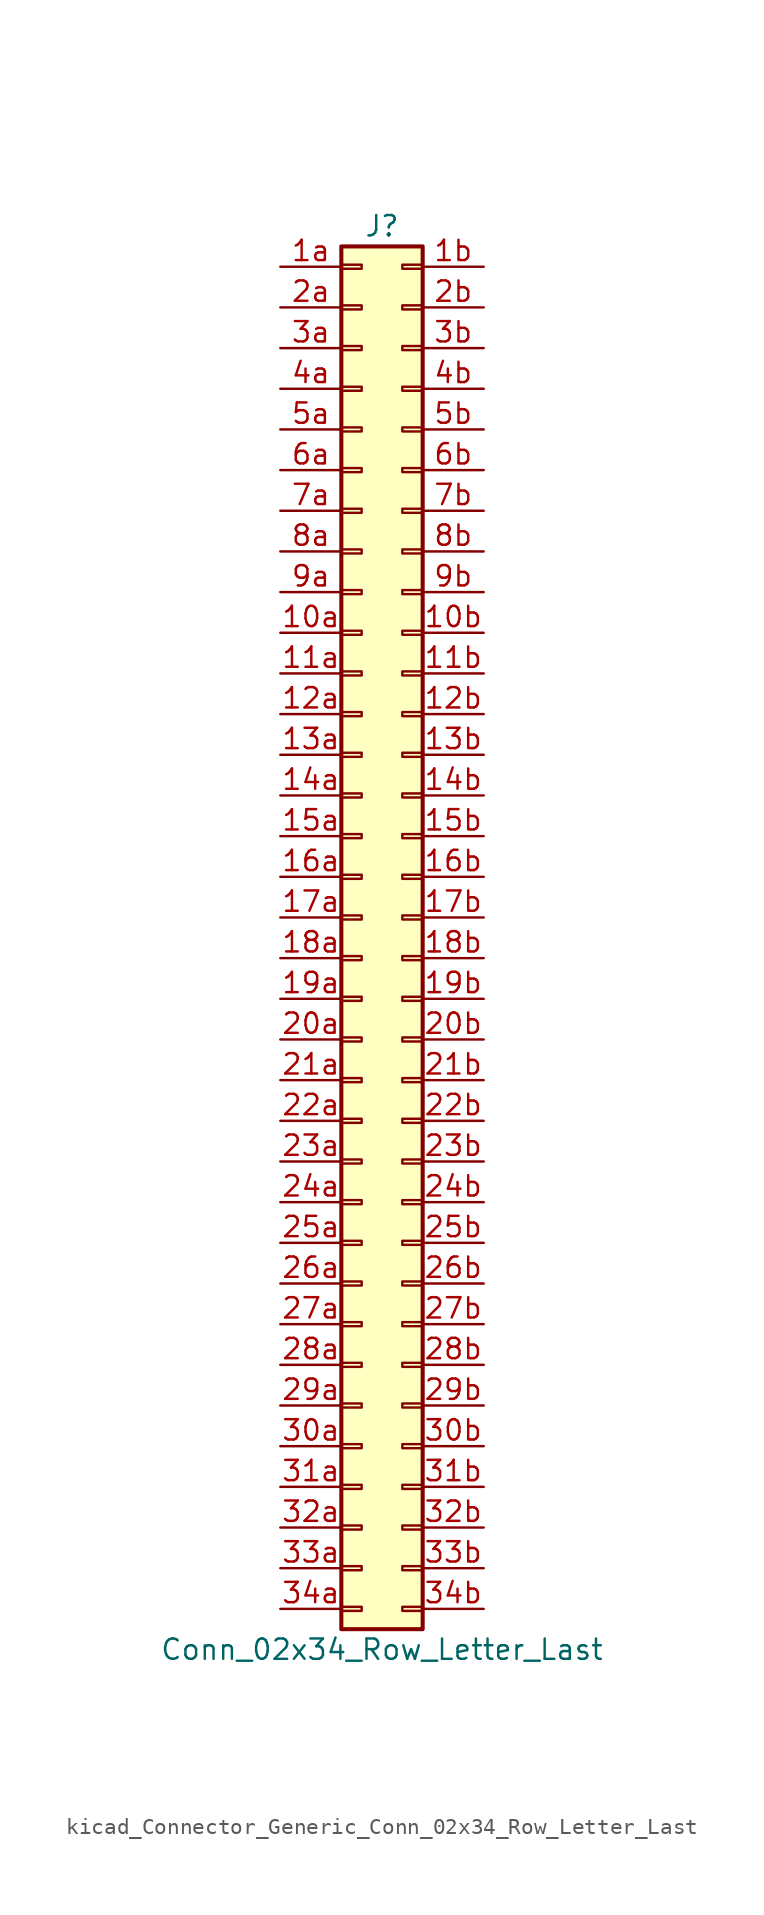
<source format=kicad_sym>
(kicad_symbol_lib
  (version 20220914)
  (generator kicad_symbol_editor)
  (symbol "kicad_Connector_Generic_Conn_02x34_Row_Letter_Last"
    (pin_names
      (offset 1.016) hide)
    (property "Reference" "J"
      (at 1.27 43.18 0)
      (effects (font (size 1.27 1.27))))
    (property "Value" "Conn_02x34_Row_Letter_Last"
      (at 1.27 -45.72 0)
      (effects (font (size 1.27 1.27))))
    (symbol "kicad_Connector_Generic_Conn_02x34_Row_Letter_Last_1_1"
      (rectangle (start -1.27 -43.053) (end 0 -43.307) (stroke (width 0.152) (type default)) (fill (type none)))
      (rectangle (start -1.27 -40.513) (end 0 -40.767) (stroke (width 0.152) (type default)) (fill (type none)))
      (rectangle (start -1.27 -37.973) (end 0 -38.227) (stroke (width 0.152) (type default)) (fill (type none)))
      (rectangle (start -1.27 -35.433) (end 0 -35.687) (stroke (width 0.152) (type default)) (fill (type none)))
      (rectangle (start -1.27 -32.893) (end 0 -33.147) (stroke (width 0.152) (type default)) (fill (type none)))
      (rectangle (start -1.27 -30.353) (end 0 -30.607) (stroke (width 0.152) (type default)) (fill (type none)))
      (rectangle (start -1.27 -27.813) (end 0 -28.067) (stroke (width 0.152) (type default)) (fill (type none)))
      (rectangle (start -1.27 -25.273) (end 0 -25.527) (stroke (width 0.152) (type default)) (fill (type none)))
      (rectangle (start -1.27 -22.733) (end 0 -22.987) (stroke (width 0.152) (type default)) (fill (type none)))
      (rectangle (start -1.27 -20.193) (end 0 -20.447) (stroke (width 0.152) (type default)) (fill (type none)))
      (rectangle (start -1.27 -17.653) (end 0 -17.907) (stroke (width 0.152) (type default)) (fill (type none)))
      (rectangle (start -1.27 -15.113) (end 0 -15.367) (stroke (width 0.152) (type default)) (fill (type none)))
      (rectangle (start -1.27 -12.573) (end 0 -12.827) (stroke (width 0.152) (type default)) (fill (type none)))
      (rectangle (start -1.27 -10.033) (end 0 -10.287) (stroke (width 0.152) (type default)) (fill (type none)))
      (rectangle (start -1.27 -7.493) (end 0 -7.747) (stroke (width 0.152) (type default)) (fill (type none)))
      (rectangle (start -1.27 -4.953) (end 0 -5.207) (stroke (width 0.152) (type default)) (fill (type none)))
      (rectangle (start -1.27 -2.413) (end 0 -2.667) (stroke (width 0.152) (type default)) (fill (type none)))
      (rectangle (start -1.27 0.127) (end 0 -0.127) (stroke (width 0.152) (type default)) (fill (type none)))
      (rectangle (start -1.27 2.667) (end 0 2.413) (stroke (width 0.152) (type default)) (fill (type none)))
      (rectangle (start -1.27 5.207) (end 0 4.953) (stroke (width 0.152) (type default)) (fill (type none)))
      (rectangle (start -1.27 7.747) (end 0 7.493) (stroke (width 0.152) (type default)) (fill (type none)))
      (rectangle (start -1.27 10.287) (end 0 10.033) (stroke (width 0.152) (type default)) (fill (type none)))
      (rectangle (start -1.27 12.827) (end 0 12.573) (stroke (width 0.152) (type default)) (fill (type none)))
      (rectangle (start -1.27 15.367) (end 0 15.113) (stroke (width 0.152) (type default)) (fill (type none)))
      (rectangle (start -1.27 17.907) (end 0 17.653) (stroke (width 0.152) (type default)) (fill (type none)))
      (rectangle (start -1.27 20.447) (end 0 20.193) (stroke (width 0.152) (type default)) (fill (type none)))
      (rectangle (start -1.27 22.987) (end 0 22.733) (stroke (width 0.152) (type default)) (fill (type none)))
      (rectangle (start -1.27 25.527) (end 0 25.273) (stroke (width 0.152) (type default)) (fill (type none)))
      (rectangle (start -1.27 28.067) (end 0 27.813) (stroke (width 0.152) (type default)) (fill (type none)))
      (rectangle (start -1.27 30.607) (end 0 30.353) (stroke (width 0.152) (type default)) (fill (type none)))
      (rectangle (start -1.27 33.147) (end 0 32.893) (stroke (width 0.152) (type default)) (fill (type none)))
      (rectangle (start -1.27 35.687) (end 0 35.433) (stroke (width 0.152) (type default)) (fill (type none)))
      (rectangle (start -1.27 38.227) (end 0 37.973) (stroke (width 0.152) (type default)) (fill (type none)))
      (rectangle (start -1.27 40.767) (end 0 40.513) (stroke (width 0.152) (type default)) (fill (type none)))
      (rectangle (start -1.27 41.91) (end 3.81 -44.45) (stroke (width 0.254) (type default)) (fill (type background)))
      (rectangle (start 3.81 -43.053) (end 2.54 -43.307) (stroke (width 0.152) (type default)) (fill (type none)))
      (rectangle (start 3.81 -40.513) (end 2.54 -40.767) (stroke (width 0.152) (type default)) (fill (type none)))
      (rectangle (start 3.81 -37.973) (end 2.54 -38.227) (stroke (width 0.152) (type default)) (fill (type none)))
      (rectangle (start 3.81 -35.433) (end 2.54 -35.687) (stroke (width 0.152) (type default)) (fill (type none)))
      (rectangle (start 3.81 -32.893) (end 2.54 -33.147) (stroke (width 0.152) (type default)) (fill (type none)))
      (rectangle (start 3.81 -30.353) (end 2.54 -30.607) (stroke (width 0.152) (type default)) (fill (type none)))
      (rectangle (start 3.81 -27.813) (end 2.54 -28.067) (stroke (width 0.152) (type default)) (fill (type none)))
      (rectangle (start 3.81 -25.273) (end 2.54 -25.527) (stroke (width 0.152) (type default)) (fill (type none)))
      (rectangle (start 3.81 -22.733) (end 2.54 -22.987) (stroke (width 0.152) (type default)) (fill (type none)))
      (rectangle (start 3.81 -20.193) (end 2.54 -20.447) (stroke (width 0.152) (type default)) (fill (type none)))
      (rectangle (start 3.81 -17.653) (end 2.54 -17.907) (stroke (width 0.152) (type default)) (fill (type none)))
      (rectangle (start 3.81 -15.113) (end 2.54 -15.367) (stroke (width 0.152) (type default)) (fill (type none)))
      (rectangle (start 3.81 -12.573) (end 2.54 -12.827) (stroke (width 0.152) (type default)) (fill (type none)))
      (rectangle (start 3.81 -10.033) (end 2.54 -10.287) (stroke (width 0.152) (type default)) (fill (type none)))
      (rectangle (start 3.81 -7.493) (end 2.54 -7.747) (stroke (width 0.152) (type default)) (fill (type none)))
      (rectangle (start 3.81 -4.953) (end 2.54 -5.207) (stroke (width 0.152) (type default)) (fill (type none)))
      (rectangle (start 3.81 -2.413) (end 2.54 -2.667) (stroke (width 0.152) (type default)) (fill (type none)))
      (rectangle (start 3.81 0.127) (end 2.54 -0.127) (stroke (width 0.152) (type default)) (fill (type none)))
      (rectangle (start 3.81 2.667) (end 2.54 2.413) (stroke (width 0.152) (type default)) (fill (type none)))
      (rectangle (start 3.81 5.207) (end 2.54 4.953) (stroke (width 0.152) (type default)) (fill (type none)))
      (rectangle (start 3.81 7.747) (end 2.54 7.493) (stroke (width 0.152) (type default)) (fill (type none)))
      (rectangle (start 3.81 10.287) (end 2.54 10.033) (stroke (width 0.152) (type default)) (fill (type none)))
      (rectangle (start 3.81 12.827) (end 2.54 12.573) (stroke (width 0.152) (type default)) (fill (type none)))
      (rectangle (start 3.81 15.367) (end 2.54 15.113) (stroke (width 0.152) (type default)) (fill (type none)))
      (rectangle (start 3.81 17.907) (end 2.54 17.653) (stroke (width 0.152) (type default)) (fill (type none)))
      (rectangle (start 3.81 20.447) (end 2.54 20.193) (stroke (width 0.152) (type default)) (fill (type none)))
      (rectangle (start 3.81 22.987) (end 2.54 22.733) (stroke (width 0.152) (type default)) (fill (type none)))
      (rectangle (start 3.81 25.527) (end 2.54 25.273) (stroke (width 0.152) (type default)) (fill (type none)))
      (rectangle (start 3.81 28.067) (end 2.54 27.813) (stroke (width 0.152) (type default)) (fill (type none)))
      (rectangle (start 3.81 30.607) (end 2.54 30.353) (stroke (width 0.152) (type default)) (fill (type none)))
      (rectangle (start 3.81 33.147) (end 2.54 32.893) (stroke (width 0.152) (type default)) (fill (type none)))
      (rectangle (start 3.81 35.687) (end 2.54 35.433) (stroke (width 0.152) (type default)) (fill (type none)))
      (rectangle (start 3.81 38.227) (end 2.54 37.973) (stroke (width 0.152) (type default)) (fill (type none)))
      (rectangle (start 3.81 40.767) (end 2.54 40.513) (stroke (width 0.152) (type default)) (fill (type none)))
      (pin passive line (at -5.08 17.78 0) (length 3.81) (name "Pin_10a" (effects (font (size 1.27 1.27)))) (number "10a" (effects (font (size 1.27 1.27)))))
      (pin passive line (at 7.62 17.78 180) (length 3.81) (name "Pin_10b" (effects (font (size 1.27 1.27)))) (number "10b" (effects (font (size 1.27 1.27)))))
      (pin passive line (at -5.08 15.24 0) (length 3.81) (name "Pin_11a" (effects (font (size 1.27 1.27)))) (number "11a" (effects (font (size 1.27 1.27)))))
      (pin passive line (at 7.62 15.24 180) (length 3.81) (name "Pin_11b" (effects (font (size 1.27 1.27)))) (number "11b" (effects (font (size 1.27 1.27)))))
      (pin passive line (at -5.08 12.7 0) (length 3.81) (name "Pin_12a" (effects (font (size 1.27 1.27)))) (number "12a" (effects (font (size 1.27 1.27)))))
      (pin passive line (at 7.62 12.7 180) (length 3.81) (name "Pin_12b" (effects (font (size 1.27 1.27)))) (number "12b" (effects (font (size 1.27 1.27)))))
      (pin passive line (at -5.08 10.16 0) (length 3.81) (name "Pin_13a" (effects (font (size 1.27 1.27)))) (number "13a" (effects (font (size 1.27 1.27)))))
      (pin passive line (at 7.62 10.16 180) (length 3.81) (name "Pin_13b" (effects (font (size 1.27 1.27)))) (number "13b" (effects (font (size 1.27 1.27)))))
      (pin passive line (at -5.08 7.62 0) (length 3.81) (name "Pin_14a" (effects (font (size 1.27 1.27)))) (number "14a" (effects (font (size 1.27 1.27)))))
      (pin passive line (at 7.62 7.62 180) (length 3.81) (name "Pin_14b" (effects (font (size 1.27 1.27)))) (number "14b" (effects (font (size 1.27 1.27)))))
      (pin passive line (at -5.08 5.08 0) (length 3.81) (name "Pin_15a" (effects (font (size 1.27 1.27)))) (number "15a" (effects (font (size 1.27 1.27)))))
      (pin passive line (at 7.62 5.08 180) (length 3.81) (name "Pin_15b" (effects (font (size 1.27 1.27)))) (number "15b" (effects (font (size 1.27 1.27)))))
      (pin passive line (at -5.08 2.54 0) (length 3.81) (name "Pin_16a" (effects (font (size 1.27 1.27)))) (number "16a" (effects (font (size 1.27 1.27)))))
      (pin passive line (at 7.62 2.54 180) (length 3.81) (name "Pin_16b" (effects (font (size 1.27 1.27)))) (number "16b" (effects (font (size 1.27 1.27)))))
      (pin passive line (at -5.08 0 0) (length 3.81) (name "Pin_17a" (effects (font (size 1.27 1.27)))) (number "17a" (effects (font (size 1.27 1.27)))))
      (pin passive line (at 7.62 0 180) (length 3.81) (name "Pin_17b" (effects (font (size 1.27 1.27)))) (number "17b" (effects (font (size 1.27 1.27)))))
      (pin passive line (at -5.08 -2.54 0) (length 3.81) (name "Pin_18a" (effects (font (size 1.27 1.27)))) (number "18a" (effects (font (size 1.27 1.27)))))
      (pin passive line (at 7.62 -2.54 180) (length 3.81) (name "Pin_18b" (effects (font (size 1.27 1.27)))) (number "18b" (effects (font (size 1.27 1.27)))))
      (pin passive line (at -5.08 -5.08 0) (length 3.81) (name "Pin_19a" (effects (font (size 1.27 1.27)))) (number "19a" (effects (font (size 1.27 1.27)))))
      (pin passive line (at 7.62 -5.08 180) (length 3.81) (name "Pin_19b" (effects (font (size 1.27 1.27)))) (number "19b" (effects (font (size 1.27 1.27)))))
      (pin passive line (at -5.08 40.64 0) (length 3.81) (name "Pin_1a" (effects (font (size 1.27 1.27)))) (number "1a" (effects (font (size 1.27 1.27)))))
      (pin passive line (at 7.62 40.64 180) (length 3.81) (name "Pin_1b" (effects (font (size 1.27 1.27)))) (number "1b" (effects (font (size 1.27 1.27)))))
      (pin passive line (at -5.08 -7.62 0) (length 3.81) (name "Pin_20a" (effects (font (size 1.27 1.27)))) (number "20a" (effects (font (size 1.27 1.27)))))
      (pin passive line (at 7.62 -7.62 180) (length 3.81) (name "Pin_20b" (effects (font (size 1.27 1.27)))) (number "20b" (effects (font (size 1.27 1.27)))))
      (pin passive line (at -5.08 -10.16 0) (length 3.81) (name "Pin_21a" (effects (font (size 1.27 1.27)))) (number "21a" (effects (font (size 1.27 1.27)))))
      (pin passive line (at 7.62 -10.16 180) (length 3.81) (name "Pin_21b" (effects (font (size 1.27 1.27)))) (number "21b" (effects (font (size 1.27 1.27)))))
      (pin passive line (at -5.08 -12.7 0) (length 3.81) (name "Pin_22a" (effects (font (size 1.27 1.27)))) (number "22a" (effects (font (size 1.27 1.27)))))
      (pin passive line (at 7.62 -12.7 180) (length 3.81) (name "Pin_22b" (effects (font (size 1.27 1.27)))) (number "22b" (effects (font (size 1.27 1.27)))))
      (pin passive line (at -5.08 -15.24 0) (length 3.81) (name "Pin_23a" (effects (font (size 1.27 1.27)))) (number "23a" (effects (font (size 1.27 1.27)))))
      (pin passive line (at 7.62 -15.24 180) (length 3.81) (name "Pin_23b" (effects (font (size 1.27 1.27)))) (number "23b" (effects (font (size 1.27 1.27)))))
      (pin passive line (at -5.08 -17.78 0) (length 3.81) (name "Pin_24a" (effects (font (size 1.27 1.27)))) (number "24a" (effects (font (size 1.27 1.27)))))
      (pin passive line (at 7.62 -17.78 180) (length 3.81) (name "Pin_24b" (effects (font (size 1.27 1.27)))) (number "24b" (effects (font (size 1.27 1.27)))))
      (pin passive line (at -5.08 -20.32 0) (length 3.81) (name "Pin_25a" (effects (font (size 1.27 1.27)))) (number "25a" (effects (font (size 1.27 1.27)))))
      (pin passive line (at 7.62 -20.32 180) (length 3.81) (name "Pin_25b" (effects (font (size 1.27 1.27)))) (number "25b" (effects (font (size 1.27 1.27)))))
      (pin passive line (at -5.08 -22.86 0) (length 3.81) (name "Pin_26a" (effects (font (size 1.27 1.27)))) (number "26a" (effects (font (size 1.27 1.27)))))
      (pin passive line (at 7.62 -22.86 180) (length 3.81) (name "Pin_26b" (effects (font (size 1.27 1.27)))) (number "26b" (effects (font (size 1.27 1.27)))))
      (pin passive line (at -5.08 -25.4 0) (length 3.81) (name "Pin_27a" (effects (font (size 1.27 1.27)))) (number "27a" (effects (font (size 1.27 1.27)))))
      (pin passive line (at 7.62 -25.4 180) (length 3.81) (name "Pin_27b" (effects (font (size 1.27 1.27)))) (number "27b" (effects (font (size 1.27 1.27)))))
      (pin passive line (at -5.08 -27.94 0) (length 3.81) (name "Pin_28a" (effects (font (size 1.27 1.27)))) (number "28a" (effects (font (size 1.27 1.27)))))
      (pin passive line (at 7.62 -27.94 180) (length 3.81) (name "Pin_28b" (effects (font (size 1.27 1.27)))) (number "28b" (effects (font (size 1.27 1.27)))))
      (pin passive line (at -5.08 -30.48 0) (length 3.81) (name "Pin_29a" (effects (font (size 1.27 1.27)))) (number "29a" (effects (font (size 1.27 1.27)))))
      (pin passive line (at 7.62 -30.48 180) (length 3.81) (name "Pin_29b" (effects (font (size 1.27 1.27)))) (number "29b" (effects (font (size 1.27 1.27)))))
      (pin passive line (at -5.08 38.1 0) (length 3.81) (name "Pin_2a" (effects (font (size 1.27 1.27)))) (number "2a" (effects (font (size 1.27 1.27)))))
      (pin passive line (at 7.62 38.1 180) (length 3.81) (name "Pin_2b" (effects (font (size 1.27 1.27)))) (number "2b" (effects (font (size 1.27 1.27)))))
      (pin passive line (at -5.08 -33.02 0) (length 3.81) (name "Pin_30a" (effects (font (size 1.27 1.27)))) (number "30a" (effects (font (size 1.27 1.27)))))
      (pin passive line (at 7.62 -33.02 180) (length 3.81) (name "Pin_30b" (effects (font (size 1.27 1.27)))) (number "30b" (effects (font (size 1.27 1.27)))))
      (pin passive line (at -5.08 -35.56 0) (length 3.81) (name "Pin_31a" (effects (font (size 1.27 1.27)))) (number "31a" (effects (font (size 1.27 1.27)))))
      (pin passive line (at 7.62 -35.56 180) (length 3.81) (name "Pin_31b" (effects (font (size 1.27 1.27)))) (number "31b" (effects (font (size 1.27 1.27)))))
      (pin passive line (at -5.08 -38.1 0) (length 3.81) (name "Pin_32a" (effects (font (size 1.27 1.27)))) (number "32a" (effects (font (size 1.27 1.27)))))
      (pin passive line (at 7.62 -38.1 180) (length 3.81) (name "Pin_32b" (effects (font (size 1.27 1.27)))) (number "32b" (effects (font (size 1.27 1.27)))))
      (pin passive line (at -5.08 -40.64 0) (length 3.81) (name "Pin_33a" (effects (font (size 1.27 1.27)))) (number "33a" (effects (font (size 1.27 1.27)))))
      (pin passive line (at 7.62 -40.64 180) (length 3.81) (name "Pin_33b" (effects (font (size 1.27 1.27)))) (number "33b" (effects (font (size 1.27 1.27)))))
      (pin passive line (at -5.08 -43.18 0) (length 3.81) (name "Pin_34a" (effects (font (size 1.27 1.27)))) (number "34a" (effects (font (size 1.27 1.27)))))
      (pin passive line (at 7.62 -43.18 180) (length 3.81) (name "Pin_34b" (effects (font (size 1.27 1.27)))) (number "34b" (effects (font (size 1.27 1.27)))))
      (pin passive line (at -5.08 35.56 0) (length 3.81) (name "Pin_3a" (effects (font (size 1.27 1.27)))) (number "3a" (effects (font (size 1.27 1.27)))))
      (pin passive line (at 7.62 35.56 180) (length 3.81) (name "Pin_3b" (effects (font (size 1.27 1.27)))) (number "3b" (effects (font (size 1.27 1.27)))))
      (pin passive line (at -5.08 33.02 0) (length 3.81) (name "Pin_4a" (effects (font (size 1.27 1.27)))) (number "4a" (effects (font (size 1.27 1.27)))))
      (pin passive line (at 7.62 33.02 180) (length 3.81) (name "Pin_4b" (effects (font (size 1.27 1.27)))) (number "4b" (effects (font (size 1.27 1.27)))))
      (pin passive line (at -5.08 30.48 0) (length 3.81) (name "Pin_5a" (effects (font (size 1.27 1.27)))) (number "5a" (effects (font (size 1.27 1.27)))))
      (pin passive line (at 7.62 30.48 180) (length 3.81) (name "Pin_5b" (effects (font (size 1.27 1.27)))) (number "5b" (effects (font (size 1.27 1.27)))))
      (pin passive line (at -5.08 27.94 0) (length 3.81) (name "Pin_6a" (effects (font (size 1.27 1.27)))) (number "6a" (effects (font (size 1.27 1.27)))))
      (pin passive line (at 7.62 27.94 180) (length 3.81) (name "Pin_6b" (effects (font (size 1.27 1.27)))) (number "6b" (effects (font (size 1.27 1.27)))))
      (pin passive line (at -5.08 25.4 0) (length 3.81) (name "Pin_7a" (effects (font (size 1.27 1.27)))) (number "7a" (effects (font (size 1.27 1.27)))))
      (pin passive line (at 7.62 25.4 180) (length 3.81) (name "Pin_7b" (effects (font (size 1.27 1.27)))) (number "7b" (effects (font (size 1.27 1.27)))))
      (pin passive line (at -5.08 22.86 0) (length 3.81) (name "Pin_8a" (effects (font (size 1.27 1.27)))) (number "8a" (effects (font (size 1.27 1.27)))))
      (pin passive line (at 7.62 22.86 180) (length 3.81) (name "Pin_8b" (effects (font (size 1.27 1.27)))) (number "8b" (effects (font (size 1.27 1.27)))))
      (pin passive line (at -5.08 20.32 0) (length 3.81) (name "Pin_9a" (effects (font (size 1.27 1.27)))) (number "9a" (effects (font (size 1.27 1.27)))))
      (pin passive line (at 7.62 20.32 180) (length 3.81) (name "Pin_9b" (effects (font (size 1.27 1.27)))) (number "9b" (effects (font (size 1.27 1.27))))))))
</source>
